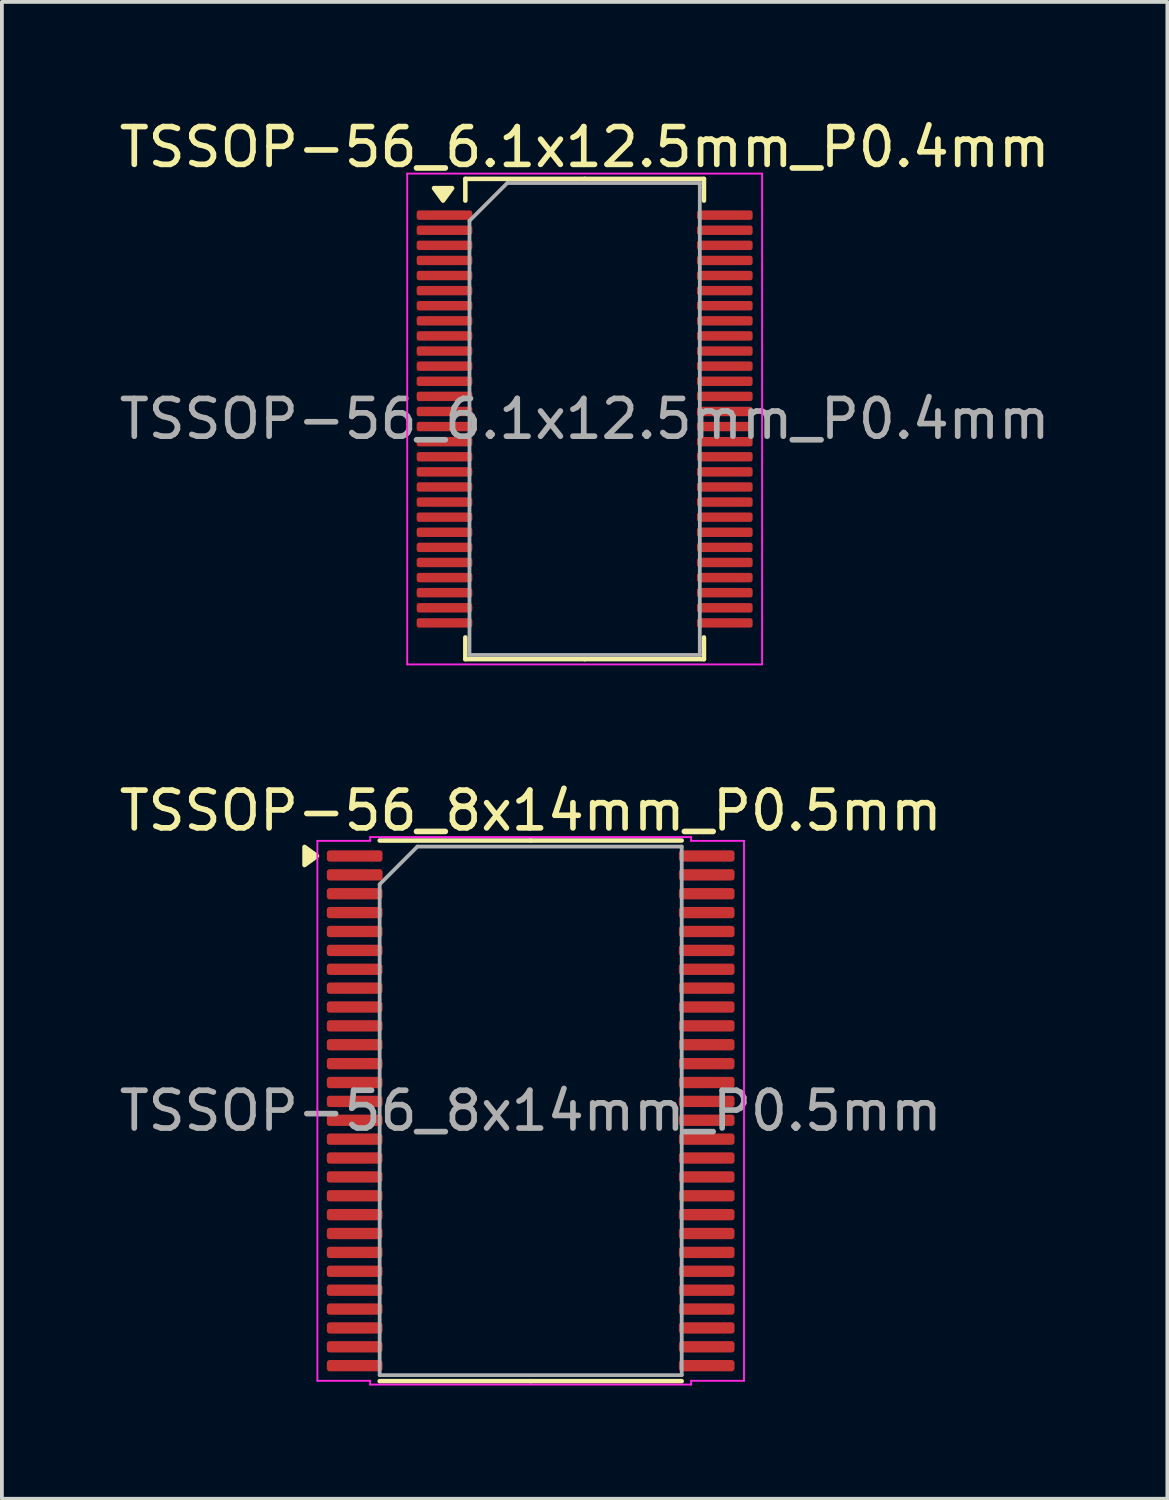
<source format=kicad_pcb>
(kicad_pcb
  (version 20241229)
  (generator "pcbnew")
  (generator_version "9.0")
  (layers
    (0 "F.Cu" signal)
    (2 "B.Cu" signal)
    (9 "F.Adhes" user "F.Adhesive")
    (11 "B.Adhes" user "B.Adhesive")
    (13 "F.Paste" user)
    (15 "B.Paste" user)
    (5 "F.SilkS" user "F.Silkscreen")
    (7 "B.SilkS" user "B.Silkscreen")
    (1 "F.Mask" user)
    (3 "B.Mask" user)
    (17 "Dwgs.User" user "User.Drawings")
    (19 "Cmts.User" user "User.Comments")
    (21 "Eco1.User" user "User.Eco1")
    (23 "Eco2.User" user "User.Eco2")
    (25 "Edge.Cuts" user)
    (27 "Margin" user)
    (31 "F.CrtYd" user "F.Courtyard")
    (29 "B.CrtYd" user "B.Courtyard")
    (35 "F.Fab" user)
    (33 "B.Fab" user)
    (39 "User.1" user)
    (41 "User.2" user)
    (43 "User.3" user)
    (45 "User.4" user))
  (footprint "TSSOP-56_8x14mm_P0.5mm"
    (layer "F.Cu")
    (at 11.006 26.372)
    (property "Reference" "TSSOP-56_8x14mm_P0.5mm" (at 0 -7.95 0) (layer "F.SilkS") (effects (font (size 1 1) (thickness 0.15))))
    (attr smd)
    (fp_line (start 0 -7.16) (end -4 -7.16) (stroke (width 0.12) (type solid)) (layer "F.SilkS"))
    (fp_line (start 0 -7.16) (end 4 -7.16) (stroke (width 0.12) (type solid)) (layer "F.SilkS"))
    (fp_line (start 0 7.16) (end -4 7.16) (stroke (width 0.12) (type solid)) (layer "F.SilkS"))
    (fp_line (start 0 7.16) (end 4 7.16) (stroke (width 0.12) (type solid)) (layer "F.SilkS"))
    (fp_poly (pts (xy -5.66 -6.75) (xy -5.99 -6.51) (xy -5.99 -6.99)) (stroke (width 0.12) (type solid)) (fill yes) (layer "F.SilkS"))
    (fp_line (start -5.65 -7.15) (end -4.25 -7.15) (stroke (width 0.05) (type solid)) (layer "F.CrtYd"))
    (fp_line (start -5.65 7.15) (end -5.65 -7.15) (stroke (width 0.05) (type solid)) (layer "F.CrtYd"))
    (fp_line (start -4.25 -7.25) (end 4.25 -7.25) (stroke (width 0.05) (type solid)) (layer "F.CrtYd"))
    (fp_line (start -4.25 -7.15) (end -4.25 -7.25) (stroke (width 0.05) (type solid)) (layer "F.CrtYd"))
    (fp_line (start -4.25 7.15) (end -5.65 7.15) (stroke (width 0.05) (type solid)) (layer "F.CrtYd"))
    (fp_line (start -4.25 7.25) (end -4.25 7.15) (stroke (width 0.05) (type solid)) (layer "F.CrtYd"))
    (fp_line (start 4.25 -7.25) (end 4.25 -7.15) (stroke (width 0.05) (type solid)) (layer "F.CrtYd"))
    (fp_line (start 4.25 -7.15) (end 5.65 -7.15) (stroke (width 0.05) (type solid)) (layer "F.CrtYd"))
    (fp_line (start 4.25 7.15) (end 4.25 7.25) (stroke (width 0.05) (type solid)) (layer "F.CrtYd"))
    (fp_line (start 4.25 7.25) (end -4.25 7.25) (stroke (width 0.05) (type solid)) (layer "F.CrtYd"))
    (fp_line (start 5.65 -7.15) (end 5.65 7.15) (stroke (width 0.05) (type solid)) (layer "F.CrtYd"))
    (fp_line (start 5.65 7.15) (end 4.25 7.15) (stroke (width 0.05) (type solid)) (layer "F.CrtYd"))
    (fp_line (start -4 -6) (end -3 -7) (stroke (width 0.1) (type solid)) (layer "F.Fab"))
    (fp_line (start -4 7) (end -4 -6) (stroke (width 0.1) (type solid)) (layer "F.Fab"))
    (fp_line (start -3 -7) (end 4 -7) (stroke (width 0.1) (type solid)) (layer "F.Fab"))
    (fp_line (start 4 -7) (end 4 7) (stroke (width 0.1) (type solid)) (layer "F.Fab"))
    (fp_line (start 4 7) (end -4 7) (stroke (width 0.1) (type solid)) (layer "F.Fab"))
    (fp_text user "${REFERENCE}" (at 0 0 0) (layer "F.Fab") (effects (font (size 1 1) (thickness 0.15))))
    (pad "1" smd roundrect (at -4.662 -6.75) (size 1.475 0.3) (layers "F.Cu" "F.Mask" "F.Paste") (roundrect_rratio 0.25))
    (pad "2" smd roundrect (at -4.662 -6.25) (size 1.475 0.3) (layers "F.Cu" "F.Mask" "F.Paste") (roundrect_rratio 0.25))
    (pad "3" smd roundrect (at -4.662 -5.75) (size 1.475 0.3) (layers "F.Cu" "F.Mask" "F.Paste") (roundrect_rratio 0.25))
    (pad "4" smd roundrect (at -4.662 -5.25) (size 1.475 0.3) (layers "F.Cu" "F.Mask" "F.Paste") (roundrect_rratio 0.25))
    (pad "5" smd roundrect (at -4.662 -4.75) (size 1.475 0.3) (layers "F.Cu" "F.Mask" "F.Paste") (roundrect_rratio 0.25))
    (pad "6" smd roundrect (at -4.662 -4.25) (size 1.475 0.3) (layers "F.Cu" "F.Mask" "F.Paste") (roundrect_rratio 0.25))
    (pad "7" smd roundrect (at -4.662 -3.75) (size 1.475 0.3) (layers "F.Cu" "F.Mask" "F.Paste") (roundrect_rratio 0.25))
    (pad "8" smd roundrect (at -4.662 -3.25) (size 1.475 0.3) (layers "F.Cu" "F.Mask" "F.Paste") (roundrect_rratio 0.25))
    (pad "9" smd roundrect (at -4.662 -2.75) (size 1.475 0.3) (layers "F.Cu" "F.Mask" "F.Paste") (roundrect_rratio 0.25))
    (pad "10" smd roundrect (at -4.662 -2.25) (size 1.475 0.3) (layers "F.Cu" "F.Mask" "F.Paste") (roundrect_rratio 0.25))
    (pad "11" smd roundrect (at -4.662 -1.75) (size 1.475 0.3) (layers "F.Cu" "F.Mask" "F.Paste") (roundrect_rratio 0.25))
    (pad "12" smd roundrect (at -4.662 -1.25) (size 1.475 0.3) (layers "F.Cu" "F.Mask" "F.Paste") (roundrect_rratio 0.25))
    (pad "13" smd roundrect (at -4.662 -0.75) (size 1.475 0.3) (layers "F.Cu" "F.Mask" "F.Paste") (roundrect_rratio 0.25))
    (pad "14" smd roundrect (at -4.662 -0.25) (size 1.475 0.3) (layers "F.Cu" "F.Mask" "F.Paste") (roundrect_rratio 0.25))
    (pad "15" smd roundrect (at -4.662 0.25) (size 1.475 0.3) (layers "F.Cu" "F.Mask" "F.Paste") (roundrect_rratio 0.25))
    (pad "16" smd roundrect (at -4.662 0.75) (size 1.475 0.3) (layers "F.Cu" "F.Mask" "F.Paste") (roundrect_rratio 0.25))
    (pad "17" smd roundrect (at -4.662 1.25) (size 1.475 0.3) (layers "F.Cu" "F.Mask" "F.Paste") (roundrect_rratio 0.25))
    (pad "18" smd roundrect (at -4.662 1.75) (size 1.475 0.3) (layers "F.Cu" "F.Mask" "F.Paste") (roundrect_rratio 0.25))
    (pad "19" smd roundrect (at -4.662 2.25) (size 1.475 0.3) (layers "F.Cu" "F.Mask" "F.Paste") (roundrect_rratio 0.25))
    (pad "20" smd roundrect (at -4.662 2.75) (size 1.475 0.3) (layers "F.Cu" "F.Mask" "F.Paste") (roundrect_rratio 0.25))
    (pad "21" smd roundrect (at -4.662 3.25) (size 1.475 0.3) (layers "F.Cu" "F.Mask" "F.Paste") (roundrect_rratio 0.25))
    (pad "22" smd roundrect (at -4.662 3.75) (size 1.475 0.3) (layers "F.Cu" "F.Mask" "F.Paste") (roundrect_rratio 0.25))
    (pad "23" smd roundrect (at -4.662 4.25) (size 1.475 0.3) (layers "F.Cu" "F.Mask" "F.Paste") (roundrect_rratio 0.25))
    (pad "24" smd roundrect (at -4.662 4.75) (size 1.475 0.3) (layers "F.Cu" "F.Mask" "F.Paste") (roundrect_rratio 0.25))
    (pad "25" smd roundrect (at -4.662 5.25) (size 1.475 0.3) (layers "F.Cu" "F.Mask" "F.Paste") (roundrect_rratio 0.25))
    (pad "26" smd roundrect (at -4.662 5.75) (size 1.475 0.3) (layers "F.Cu" "F.Mask" "F.Paste") (roundrect_rratio 0.25))
    (pad "27" smd roundrect (at -4.662 6.25) (size 1.475 0.3) (layers "F.Cu" "F.Mask" "F.Paste") (roundrect_rratio 0.25))
    (pad "28" smd roundrect (at -4.662 6.75) (size 1.475 0.3) (layers "F.Cu" "F.Mask" "F.Paste") (roundrect_rratio 0.25))
    (pad "29" smd roundrect (at 4.662 6.75) (size 1.475 0.3) (layers "F.Cu" "F.Mask" "F.Paste") (roundrect_rratio 0.25))
    (pad "30" smd roundrect (at 4.662 6.25) (size 1.475 0.3) (layers "F.Cu" "F.Mask" "F.Paste") (roundrect_rratio 0.25))
    (pad "31" smd roundrect (at 4.662 5.75) (size 1.475 0.3) (layers "F.Cu" "F.Mask" "F.Paste") (roundrect_rratio 0.25))
    (pad "32" smd roundrect (at 4.662 5.25) (size 1.475 0.3) (layers "F.Cu" "F.Mask" "F.Paste") (roundrect_rratio 0.25))
    (pad "33" smd roundrect (at 4.662 4.75) (size 1.475 0.3) (layers "F.Cu" "F.Mask" "F.Paste") (roundrect_rratio 0.25))
    (pad "34" smd roundrect (at 4.662 4.25) (size 1.475 0.3) (layers "F.Cu" "F.Mask" "F.Paste") (roundrect_rratio 0.25))
    (pad "35" smd roundrect (at 4.662 3.75) (size 1.475 0.3) (layers "F.Cu" "F.Mask" "F.Paste") (roundrect_rratio 0.25))
    (pad "36" smd roundrect (at 4.662 3.25) (size 1.475 0.3) (layers "F.Cu" "F.Mask" "F.Paste") (roundrect_rratio 0.25))
    (pad "37" smd roundrect (at 4.662 2.75) (size 1.475 0.3) (layers "F.Cu" "F.Mask" "F.Paste") (roundrect_rratio 0.25))
    (pad "38" smd roundrect (at 4.662 2.25) (size 1.475 0.3) (layers "F.Cu" "F.Mask" "F.Paste") (roundrect_rratio 0.25))
    (pad "39" smd roundrect (at 4.662 1.75) (size 1.475 0.3) (layers "F.Cu" "F.Mask" "F.Paste") (roundrect_rratio 0.25))
    (pad "40" smd roundrect (at 4.662 1.25) (size 1.475 0.3) (layers "F.Cu" "F.Mask" "F.Paste") (roundrect_rratio 0.25))
    (pad "41" smd roundrect (at 4.662 0.75) (size 1.475 0.3) (layers "F.Cu" "F.Mask" "F.Paste") (roundrect_rratio 0.25))
    (pad "42" smd roundrect (at 4.662 0.25) (size 1.475 0.3) (layers "F.Cu" "F.Mask" "F.Paste") (roundrect_rratio 0.25))
    (pad "43" smd roundrect (at 4.662 -0.25) (size 1.475 0.3) (layers "F.Cu" "F.Mask" "F.Paste") (roundrect_rratio 0.25))
    (pad "44" smd roundrect (at 4.662 -0.75) (size 1.475 0.3) (layers "F.Cu" "F.Mask" "F.Paste") (roundrect_rratio 0.25))
    (pad "45" smd roundrect (at 4.662 -1.25) (size 1.475 0.3) (layers "F.Cu" "F.Mask" "F.Paste") (roundrect_rratio 0.25))
    (pad "46" smd roundrect (at 4.662 -1.75) (size 1.475 0.3) (layers "F.Cu" "F.Mask" "F.Paste") (roundrect_rratio 0.25))
    (pad "47" smd roundrect (at 4.662 -2.25) (size 1.475 0.3) (layers "F.Cu" "F.Mask" "F.Paste") (roundrect_rratio 0.25))
    (pad "48" smd roundrect (at 4.662 -2.75) (size 1.475 0.3) (layers "F.Cu" "F.Mask" "F.Paste") (roundrect_rratio 0.25))
    (pad "49" smd roundrect (at 4.662 -3.25) (size 1.475 0.3) (layers "F.Cu" "F.Mask" "F.Paste") (roundrect_rratio 0.25))
    (pad "50" smd roundrect (at 4.662 -3.75) (size 1.475 0.3) (layers "F.Cu" "F.Mask" "F.Paste") (roundrect_rratio 0.25))
    (pad "51" smd roundrect (at 4.662 -4.25) (size 1.475 0.3) (layers "F.Cu" "F.Mask" "F.Paste") (roundrect_rratio 0.25))
    (pad "52" smd roundrect (at 4.662 -4.75) (size 1.475 0.3) (layers "F.Cu" "F.Mask" "F.Paste") (roundrect_rratio 0.25))
    (pad "53" smd roundrect (at 4.662 -5.25) (size 1.475 0.3) (layers "F.Cu" "F.Mask" "F.Paste") (roundrect_rratio 0.25))
    (pad "54" smd roundrect (at 4.662 -5.75) (size 1.475 0.3) (layers "F.Cu" "F.Mask" "F.Paste") (roundrect_rratio 0.25))
    (pad "55" smd roundrect (at 4.662 -6.25) (size 1.475 0.3) (layers "F.Cu" "F.Mask" "F.Paste") (roundrect_rratio 0.25))
    (pad "56" smd roundrect (at 4.662 -6.75) (size 1.475 0.3) (layers "F.Cu" "F.Mask" "F.Paste") (roundrect_rratio 0.25)))
  (footprint "TSSOP-56_6.1x12.5mm_P0.4mm"
    (layer "F.Cu")
    (at 12.435 8.048)
    (property "Reference" "TSSOP-56_6.1x12.5mm_P0.4mm" (at 0 -7.2 0) (layer "F.SilkS") (effects (font (size 1 1) (thickness 0.15))))
    (attr smd)
    (fp_line (start -3.16 -6.36) (end -3.16 -5.785) (stroke (width 0.12) (type solid)) (layer "F.SilkS"))
    (fp_line (start -3.16 6.36) (end -3.16 5.785) (stroke (width 0.12) (type solid)) (layer "F.SilkS"))
    (fp_line (start 0 -6.36) (end -3.16 -6.36) (stroke (width 0.12) (type solid)) (layer "F.SilkS"))
    (fp_line (start 0 -6.36) (end 3.16 -6.36) (stroke (width 0.12) (type solid)) (layer "F.SilkS"))
    (fp_line (start 0 6.36) (end -3.16 6.36) (stroke (width 0.12) (type solid)) (layer "F.SilkS"))
    (fp_line (start 0 6.36) (end 3.16 6.36) (stroke (width 0.12) (type solid)) (layer "F.SilkS"))
    (fp_line (start 3.16 -6.36) (end 3.16 -5.785) (stroke (width 0.12) (type solid)) (layer "F.SilkS"))
    (fp_line (start 3.16 6.36) (end 3.16 5.785) (stroke (width 0.12) (type solid)) (layer "F.SilkS"))
    (fp_poly (pts (xy -3.75 -5.785) (xy -3.99 -6.115) (xy -3.51 -6.115) (xy -3.75 -5.785)) (stroke (width 0.12) (type solid)) (fill yes) (layer "F.SilkS"))
    (fp_line (start -4.7 -6.5) (end -4.7 6.5) (stroke (width 0.05) (type solid)) (layer "F.CrtYd"))
    (fp_line (start -4.7 6.5) (end 4.7 6.5) (stroke (width 0.05) (type solid)) (layer "F.CrtYd"))
    (fp_line (start 4.7 -6.5) (end -4.7 -6.5) (stroke (width 0.05) (type solid)) (layer "F.CrtYd"))
    (fp_line (start 4.7 6.5) (end 4.7 -6.5) (stroke (width 0.05) (type solid)) (layer "F.CrtYd"))
    (fp_line (start -3.05 -5.25) (end -2.05 -6.25) (stroke (width 0.1) (type solid)) (layer "F.Fab"))
    (fp_line (start -3.05 6.25) (end -3.05 -5.25) (stroke (width 0.1) (type solid)) (layer "F.Fab"))
    (fp_line (start -2.05 -6.25) (end 3.05 -6.25) (stroke (width 0.1) (type solid)) (layer "F.Fab"))
    (fp_line (start 3.05 -6.25) (end 3.05 6.25) (stroke (width 0.1) (type solid)) (layer "F.Fab"))
    (fp_line (start 3.05 6.25) (end -3.05 6.25) (stroke (width 0.1) (type solid)) (layer "F.Fab"))
    (fp_text user "${REFERENCE}" (at 0 0 0) (layer "F.Fab") (effects (font (size 1 1) (thickness 0.15))))
    (pad "1" smd roundrect (at -3.712 -5.4) (size 1.475 0.25) (layers "F.Cu" "F.Mask" "F.Paste") (roundrect_rratio 0.25))
    (pad "2" smd roundrect (at -3.712 -5) (size 1.475 0.25) (layers "F.Cu" "F.Mask" "F.Paste") (roundrect_rratio 0.25))
    (pad "3" smd roundrect (at -3.712 -4.6) (size 1.475 0.25) (layers "F.Cu" "F.Mask" "F.Paste") (roundrect_rratio 0.25))
    (pad "4" smd roundrect (at -3.712 -4.2) (size 1.475 0.25) (layers "F.Cu" "F.Mask" "F.Paste") (roundrect_rratio 0.25))
    (pad "5" smd roundrect (at -3.712 -3.8) (size 1.475 0.25) (layers "F.Cu" "F.Mask" "F.Paste") (roundrect_rratio 0.25))
    (pad "6" smd roundrect (at -3.712 -3.4) (size 1.475 0.25) (layers "F.Cu" "F.Mask" "F.Paste") (roundrect_rratio 0.25))
    (pad "7" smd roundrect (at -3.712 -3) (size 1.475 0.25) (layers "F.Cu" "F.Mask" "F.Paste") (roundrect_rratio 0.25))
    (pad "8" smd roundrect (at -3.712 -2.6) (size 1.475 0.25) (layers "F.Cu" "F.Mask" "F.Paste") (roundrect_rratio 0.25))
    (pad "9" smd roundrect (at -3.712 -2.2) (size 1.475 0.25) (layers "F.Cu" "F.Mask" "F.Paste") (roundrect_rratio 0.25))
    (pad "10" smd roundrect (at -3.712 -1.8) (size 1.475 0.25) (layers "F.Cu" "F.Mask" "F.Paste") (roundrect_rratio 0.25))
    (pad "11" smd roundrect (at -3.712 -1.4) (size 1.475 0.25) (layers "F.Cu" "F.Mask" "F.Paste") (roundrect_rratio 0.25))
    (pad "12" smd roundrect (at -3.712 -1) (size 1.475 0.25) (layers "F.Cu" "F.Mask" "F.Paste") (roundrect_rratio 0.25))
    (pad "13" smd roundrect (at -3.712 -0.6) (size 1.475 0.25) (layers "F.Cu" "F.Mask" "F.Paste") (roundrect_rratio 0.25))
    (pad "14" smd roundrect (at -3.712 -0.2) (size 1.475 0.25) (layers "F.Cu" "F.Mask" "F.Paste") (roundrect_rratio 0.25))
    (pad "15" smd roundrect (at -3.712 0.2) (size 1.475 0.25) (layers "F.Cu" "F.Mask" "F.Paste") (roundrect_rratio 0.25))
    (pad "16" smd roundrect (at -3.712 0.6) (size 1.475 0.25) (layers "F.Cu" "F.Mask" "F.Paste") (roundrect_rratio 0.25))
    (pad "17" smd roundrect (at -3.712 1) (size 1.475 0.25) (layers "F.Cu" "F.Mask" "F.Paste") (roundrect_rratio 0.25))
    (pad "18" smd roundrect (at -3.712 1.4) (size 1.475 0.25) (layers "F.Cu" "F.Mask" "F.Paste") (roundrect_rratio 0.25))
    (pad "19" smd roundrect (at -3.712 1.8) (size 1.475 0.25) (layers "F.Cu" "F.Mask" "F.Paste") (roundrect_rratio 0.25))
    (pad "20" smd roundrect (at -3.712 2.2) (size 1.475 0.25) (layers "F.Cu" "F.Mask" "F.Paste") (roundrect_rratio 0.25))
    (pad "21" smd roundrect (at -3.712 2.6) (size 1.475 0.25) (layers "F.Cu" "F.Mask" "F.Paste") (roundrect_rratio 0.25))
    (pad "22" smd roundrect (at -3.712 3) (size 1.475 0.25) (layers "F.Cu" "F.Mask" "F.Paste") (roundrect_rratio 0.25))
    (pad "23" smd roundrect (at -3.712 3.4) (size 1.475 0.25) (layers "F.Cu" "F.Mask" "F.Paste") (roundrect_rratio 0.25))
    (pad "24" smd roundrect (at -3.712 3.8) (size 1.475 0.25) (layers "F.Cu" "F.Mask" "F.Paste") (roundrect_rratio 0.25))
    (pad "25" smd roundrect (at -3.712 4.2) (size 1.475 0.25) (layers "F.Cu" "F.Mask" "F.Paste") (roundrect_rratio 0.25))
    (pad "26" smd roundrect (at -3.712 4.6) (size 1.475 0.25) (layers "F.Cu" "F.Mask" "F.Paste") (roundrect_rratio 0.25))
    (pad "27" smd roundrect (at -3.712 5) (size 1.475 0.25) (layers "F.Cu" "F.Mask" "F.Paste") (roundrect_rratio 0.25))
    (pad "28" smd roundrect (at -3.712 5.4) (size 1.475 0.25) (layers "F.Cu" "F.Mask" "F.Paste") (roundrect_rratio 0.25))
    (pad "29" smd roundrect (at 3.712 5.4) (size 1.475 0.25) (layers "F.Cu" "F.Mask" "F.Paste") (roundrect_rratio 0.25))
    (pad "30" smd roundrect (at 3.712 5) (size 1.475 0.25) (layers "F.Cu" "F.Mask" "F.Paste") (roundrect_rratio 0.25))
    (pad "31" smd roundrect (at 3.712 4.6) (size 1.475 0.25) (layers "F.Cu" "F.Mask" "F.Paste") (roundrect_rratio 0.25))
    (pad "32" smd roundrect (at 3.712 4.2) (size 1.475 0.25) (layers "F.Cu" "F.Mask" "F.Paste") (roundrect_rratio 0.25))
    (pad "33" smd roundrect (at 3.712 3.8) (size 1.475 0.25) (layers "F.Cu" "F.Mask" "F.Paste") (roundrect_rratio 0.25))
    (pad "34" smd roundrect (at 3.712 3.4) (size 1.475 0.25) (layers "F.Cu" "F.Mask" "F.Paste") (roundrect_rratio 0.25))
    (pad "35" smd roundrect (at 3.712 3) (size 1.475 0.25) (layers "F.Cu" "F.Mask" "F.Paste") (roundrect_rratio 0.25))
    (pad "36" smd roundrect (at 3.712 2.6) (size 1.475 0.25) (layers "F.Cu" "F.Mask" "F.Paste") (roundrect_rratio 0.25))
    (pad "37" smd roundrect (at 3.712 2.2) (size 1.475 0.25) (layers "F.Cu" "F.Mask" "F.Paste") (roundrect_rratio 0.25))
    (pad "38" smd roundrect (at 3.712 1.8) (size 1.475 0.25) (layers "F.Cu" "F.Mask" "F.Paste") (roundrect_rratio 0.25))
    (pad "39" smd roundrect (at 3.712 1.4) (size 1.475 0.25) (layers "F.Cu" "F.Mask" "F.Paste") (roundrect_rratio 0.25))
    (pad "40" smd roundrect (at 3.712 1) (size 1.475 0.25) (layers "F.Cu" "F.Mask" "F.Paste") (roundrect_rratio 0.25))
    (pad "41" smd roundrect (at 3.712 0.6) (size 1.475 0.25) (layers "F.Cu" "F.Mask" "F.Paste") (roundrect_rratio 0.25))
    (pad "42" smd roundrect (at 3.712 0.2) (size 1.475 0.25) (layers "F.Cu" "F.Mask" "F.Paste") (roundrect_rratio 0.25))
    (pad "43" smd roundrect (at 3.712 -0.2) (size 1.475 0.25) (layers "F.Cu" "F.Mask" "F.Paste") (roundrect_rratio 0.25))
    (pad "44" smd roundrect (at 3.712 -0.6) (size 1.475 0.25) (layers "F.Cu" "F.Mask" "F.Paste") (roundrect_rratio 0.25))
    (pad "45" smd roundrect (at 3.712 -1) (size 1.475 0.25) (layers "F.Cu" "F.Mask" "F.Paste") (roundrect_rratio 0.25))
    (pad "46" smd roundrect (at 3.712 -1.4) (size 1.475 0.25) (layers "F.Cu" "F.Mask" "F.Paste") (roundrect_rratio 0.25))
    (pad "47" smd roundrect (at 3.712 -1.8) (size 1.475 0.25) (layers "F.Cu" "F.Mask" "F.Paste") (roundrect_rratio 0.25))
    (pad "48" smd roundrect (at 3.712 -2.2) (size 1.475 0.25) (layers "F.Cu" "F.Mask" "F.Paste") (roundrect_rratio 0.25))
    (pad "49" smd roundrect (at 3.712 -2.6) (size 1.475 0.25) (layers "F.Cu" "F.Mask" "F.Paste") (roundrect_rratio 0.25))
    (pad "50" smd roundrect (at 3.712 -3) (size 1.475 0.25) (layers "F.Cu" "F.Mask" "F.Paste") (roundrect_rratio 0.25))
    (pad "51" smd roundrect (at 3.712 -3.4) (size 1.475 0.25) (layers "F.Cu" "F.Mask" "F.Paste") (roundrect_rratio 0.25))
    (pad "52" smd roundrect (at 3.712 -3.8) (size 1.475 0.25) (layers "F.Cu" "F.Mask" "F.Paste") (roundrect_rratio 0.25))
    (pad "53" smd roundrect (at 3.712 -4.2) (size 1.475 0.25) (layers "F.Cu" "F.Mask" "F.Paste") (roundrect_rratio 0.25))
    (pad "54" smd roundrect (at 3.712 -4.6) (size 1.475 0.25) (layers "F.Cu" "F.Mask" "F.Paste") (roundrect_rratio 0.25))
    (pad "55" smd roundrect (at 3.712 -5) (size 1.475 0.25) (layers "F.Cu" "F.Mask" "F.Paste") (roundrect_rratio 0.25))
    (pad "56" smd roundrect (at 3.712 -5.4) (size 1.475 0.25) (layers "F.Cu" "F.Mask" "F.Paste") (roundrect_rratio 0.25)))
  (gr_rect
    (start -3 -3)
    (end 27.869 36.647)
    (stroke (width 0.1) (type default))
    (fill no)
    (layer "Edge.Cuts")))
</source>
